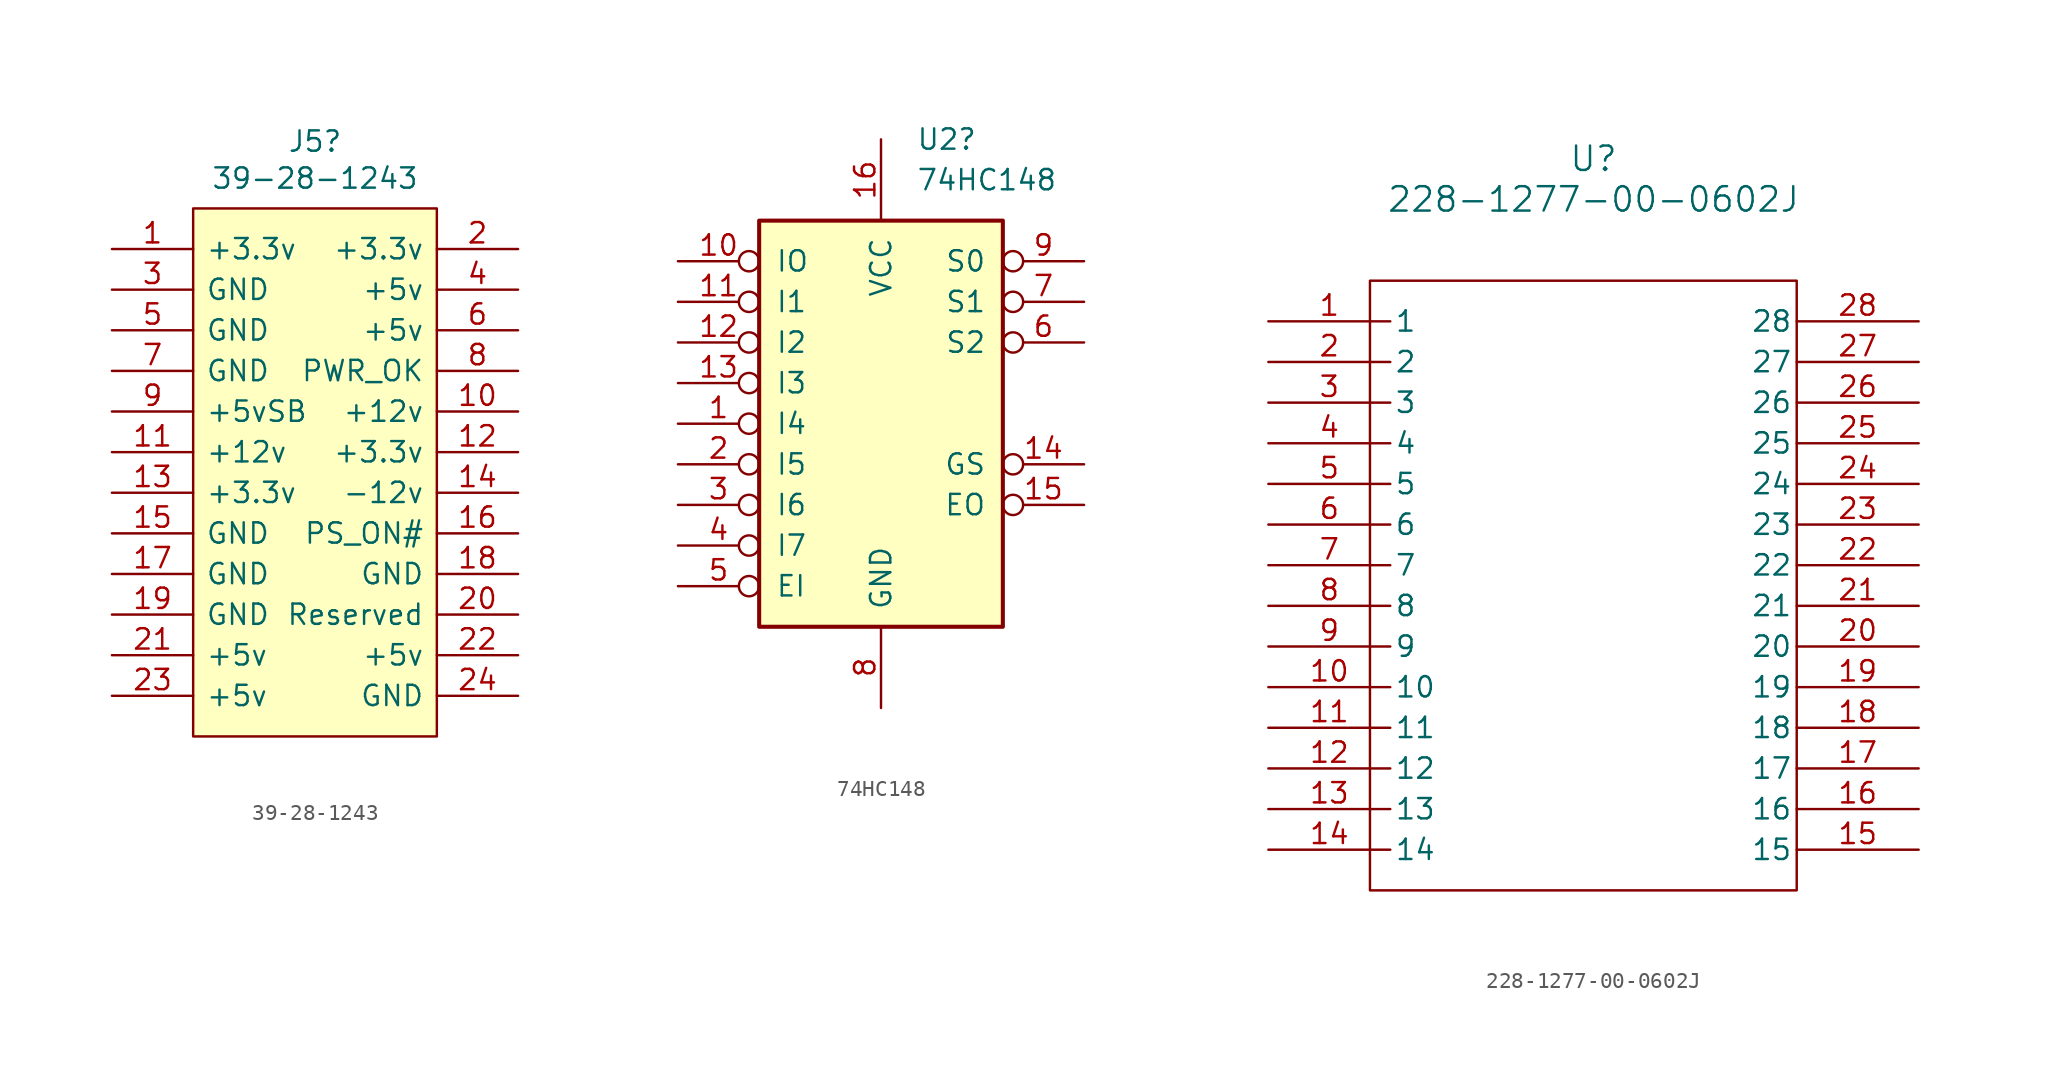
<source format=kicad_sym>
(kicad_symbol_lib
  (version 20231120)
  (generator "kicad_symbol_editor")
  (generator_version "8.0")
  (symbol "39-28-1243"
    (pin_names
      (offset 0.762))
    (property "Reference" "J5"
      (at 12.7 6.731 0)
      (effects (font (size 1.27 1.27))))
    (property "Value" "39-28-1243"
      (at 12.7 4.42 0)
      (effects (font (size 1.27 1.27))))
    (symbol "39-28-1243_0_0"
      (pin passive line (at 0 0 0) (length 5.08) (name "+3.3v" (effects (font (size 1.27 1.27)))) (number "1" (effects (font (size 1.27 1.27)))))
      (pin passive line (at 25.4 -10.16 180) (length 5.08) (name "+12v" (effects (font (size 1.27 1.27)))) (number "10" (effects (font (size 1.27 1.27)))))
      (pin passive line (at 0 -12.7 0) (length 5.08) (name "+12v" (effects (font (size 1.27 1.27)))) (number "11" (effects (font (size 1.27 1.27)))))
      (pin passive line (at 25.4 -12.7 180) (length 5.08) (name "+3.3v" (effects (font (size 1.27 1.27)))) (number "12" (effects (font (size 1.27 1.27)))))
      (pin passive line (at 0 -15.24 0) (length 5.08) (name "+3.3v" (effects (font (size 1.27 1.27)))) (number "13" (effects (font (size 1.27 1.27)))))
      (pin passive line (at 25.4 -15.24 180) (length 5.08) (name "-12v" (effects (font (size 1.27 1.27)))) (number "14" (effects (font (size 1.27 1.27)))))
      (pin passive line (at 0 -17.78 0) (length 5.08) (name "GND" (effects (font (size 1.27 1.27)))) (number "15" (effects (font (size 1.27 1.27)))))
      (pin passive line (at 25.4 -17.78 180) (length 5.08) (name "PS_ON#" (effects (font (size 1.27 1.27)))) (number "16" (effects (font (size 1.27 1.27)))))
      (pin passive line (at 0 -20.32 0) (length 5.08) (name "GND" (effects (font (size 1.27 1.27)))) (number "17" (effects (font (size 1.27 1.27)))))
      (pin passive line (at 25.4 -20.32 180) (length 5.08) (name "GND" (effects (font (size 1.27 1.27)))) (number "18" (effects (font (size 1.27 1.27)))))
      (pin passive line (at 0 -22.86 0) (length 5.08) (name "GND" (effects (font (size 1.27 1.27)))) (number "19" (effects (font (size 1.27 1.27)))))
      (pin passive line (at 25.4 0 180) (length 5.08) (name "+3.3v" (effects (font (size 1.27 1.27)))) (number "2" (effects (font (size 1.27 1.27)))))
      (pin passive line (at 25.4 -22.86 180) (length 5.08) (name "Reserved" (effects (font (size 1.27 1.27)))) (number "20" (effects (font (size 1.27 1.27)))))
      (pin passive line (at 0 -25.4 0) (length 5.08) (name "+5v" (effects (font (size 1.27 1.27)))) (number "21" (effects (font (size 1.27 1.27)))))
      (pin passive line (at 25.4 -25.4 180) (length 5.08) (name "+5v" (effects (font (size 1.27 1.27)))) (number "22" (effects (font (size 1.27 1.27)))))
      (pin passive line (at 0 -27.94 0) (length 5.08) (name "+5v" (effects (font (size 1.27 1.27)))) (number "23" (effects (font (size 1.27 1.27)))))
      (pin passive line (at 25.4 -27.94 180) (length 5.08) (name "GND" (effects (font (size 1.27 1.27)))) (number "24" (effects (font (size 1.27 1.27)))))
      (pin passive line (at 0 -2.54 0) (length 5.08) (name "GND" (effects (font (size 1.27 1.27)))) (number "3" (effects (font (size 1.27 1.27)))))
      (pin passive line (at 25.4 -2.54 180) (length 5.08) (name "+5v" (effects (font (size 1.27 1.27)))) (number "4" (effects (font (size 1.27 1.27)))))
      (pin passive line (at 0 -5.08 0) (length 5.08) (name "GND" (effects (font (size 1.27 1.27)))) (number "5" (effects (font (size 1.27 1.27)))))
      (pin passive line (at 25.4 -5.08 180) (length 5.08) (name "+5v" (effects (font (size 1.27 1.27)))) (number "6" (effects (font (size 1.27 1.27)))))
      (pin passive line (at 0 -7.62 0) (length 5.08) (name "GND" (effects (font (size 1.27 1.27)))) (number "7" (effects (font (size 1.27 1.27)))))
      (pin passive line (at 25.4 -7.62 180) (length 5.08) (name "PWR_OK" (effects (font (size 1.27 1.27)))) (number "8" (effects (font (size 1.27 1.27)))))
      (pin passive line (at 0 -10.16 0) (length 5.08) (name "+5vSB" (effects (font (size 1.27 1.27)))) (number "9" (effects (font (size 1.27 1.27))))))
    (symbol "39-28-1243_1_1"
      (rectangle (start 5.08 2.54) (end 20.32 -30.48) (stroke (width 0) (type solid)) (fill (type background)))))
  (symbol "74HC148"
    (pin_names
      (offset 1.016))
    (property "Reference" "U2"
      (at 2.194 17.78 0)
      (effects (font (size 1.27 1.27)) (justify left)))
    (property "Value" "74HC148"
      (at 2.194 15.24 0)
      (effects (font (size 1.27 1.27)) (justify left)))
    (symbol "74HC148_1_0"
      (pin input inverted (at -12.7 0 0) (length 5.08) (name "I4" (effects (font (size 1.27 1.27)))) (number "1" (effects (font (size 1.27 1.27)))))
      (pin input inverted (at -12.7 10.16 0) (length 5.08) (name "IO" (effects (font (size 1.27 1.27)))) (number "10" (effects (font (size 1.27 1.27)))))
      (pin input inverted (at -12.7 7.62 0) (length 5.08) (name "I1" (effects (font (size 1.27 1.27)))) (number "11" (effects (font (size 1.27 1.27)))))
      (pin input inverted (at -12.7 5.08 0) (length 5.08) (name "I2" (effects (font (size 1.27 1.27)))) (number "12" (effects (font (size 1.27 1.27)))))
      (pin input inverted (at -12.7 2.54 0) (length 5.08) (name "I3" (effects (font (size 1.27 1.27)))) (number "13" (effects (font (size 1.27 1.27)))))
      (pin output inverted (at 12.7 -2.54 180) (length 5.08) (name "GS" (effects (font (size 1.27 1.27)))) (number "14" (effects (font (size 1.27 1.27)))))
      (pin output inverted (at 12.7 -5.08 180) (length 5.08) (name "EO" (effects (font (size 1.27 1.27)))) (number "15" (effects (font (size 1.27 1.27)))))
      (pin power_in line (at 0 17.78 270) (length 5.08) (name "VCC" (effects (font (size 1.27 1.27)))) (number "16" (effects (font (size 1.27 1.27)))))
      (pin input inverted (at -12.7 -2.54 0) (length 5.08) (name "I5" (effects (font (size 1.27 1.27)))) (number "2" (effects (font (size 1.27 1.27)))))
      (pin input inverted (at -12.7 -5.08 0) (length 5.08) (name "I6" (effects (font (size 1.27 1.27)))) (number "3" (effects (font (size 1.27 1.27)))))
      (pin input inverted (at -12.7 -7.62 0) (length 5.08) (name "I7" (effects (font (size 1.27 1.27)))) (number "4" (effects (font (size 1.27 1.27)))))
      (pin input inverted (at -12.7 -10.16 0) (length 5.08) (name "EI" (effects (font (size 1.27 1.27)))) (number "5" (effects (font (size 1.27 1.27)))))
      (pin output inverted (at 12.7 5.08 180) (length 5.08) (name "S2" (effects (font (size 1.27 1.27)))) (number "6" (effects (font (size 1.27 1.27)))))
      (pin output inverted (at 12.7 7.62 180) (length 5.08) (name "S1" (effects (font (size 1.27 1.27)))) (number "7" (effects (font (size 1.27 1.27)))))
      (pin power_in line (at 0 -17.78 90) (length 5.08) (name "GND" (effects (font (size 1.27 1.27)))) (number "8" (effects (font (size 1.27 1.27)))))
      (pin output inverted (at 12.7 10.16 180) (length 5.08) (name "S0" (effects (font (size 1.27 1.27)))) (number "9" (effects (font (size 1.27 1.27))))))
    (symbol "74HC148_1_1"
      (rectangle (start -7.62 12.7) (end 7.62 -12.7) (stroke (width 0.254) (type default)) (fill (type background)))))
  (symbol "228-1277-00-0602J"
    (pin_names
      (offset 0.254))
    (property "Reference" "U"
      (at 20.32 10.16 0)
      (effects (font (size 1.524 1.524))))
    (property "Value" "228-1277-00-0602J"
      (at 20.32 7.62 0)
      (effects (font (size 1.524 1.524))))
    (symbol "228-1277-00-0602J_0_1"
      (rectangle (start 6.35 2.54) (end 33.02 -35.56) (stroke (width 0) (type default)) (fill (type none))))
    (symbol "228-1277-00-0602J_1_1"
      (pin unspecified line (at 0 0 0) (length 7.62) (name "1" (effects (font (size 1.27 1.27)))) (number "1" (effects (font (size 1.27 1.27)))))
      (pin unspecified line (at 0 -22.86 0) (length 7.62) (name "10" (effects (font (size 1.27 1.27)))) (number "10" (effects (font (size 1.27 1.27)))))
      (pin unspecified line (at 0 -25.4 0) (length 7.62) (name "11" (effects (font (size 1.27 1.27)))) (number "11" (effects (font (size 1.27 1.27)))))
      (pin unspecified line (at 0 -27.94 0) (length 7.62) (name "12" (effects (font (size 1.27 1.27)))) (number "12" (effects (font (size 1.27 1.27)))))
      (pin unspecified line (at 0 -30.48 0) (length 7.62) (name "13" (effects (font (size 1.27 1.27)))) (number "13" (effects (font (size 1.27 1.27)))))
      (pin unspecified line (at 0 -33.02 0) (length 7.62) (name "14" (effects (font (size 1.27 1.27)))) (number "14" (effects (font (size 1.27 1.27)))))
      (pin unspecified line (at 40.64 -33.02 180) (length 7.62) (name "15" (effects (font (size 1.27 1.27)))) (number "15" (effects (font (size 1.27 1.27)))))
      (pin unspecified line (at 40.64 -30.48 180) (length 7.62) (name "16" (effects (font (size 1.27 1.27)))) (number "16" (effects (font (size 1.27 1.27)))))
      (pin unspecified line (at 40.64 -27.94 180) (length 7.62) (name "17" (effects (font (size 1.27 1.27)))) (number "17" (effects (font (size 1.27 1.27)))))
      (pin unspecified line (at 40.64 -25.4 180) (length 7.62) (name "18" (effects (font (size 1.27 1.27)))) (number "18" (effects (font (size 1.27 1.27)))))
      (pin unspecified line (at 40.64 -22.86 180) (length 7.62) (name "19" (effects (font (size 1.27 1.27)))) (number "19" (effects (font (size 1.27 1.27)))))
      (pin unspecified line (at 0 -2.54 0) (length 7.62) (name "2" (effects (font (size 1.27 1.27)))) (number "2" (effects (font (size 1.27 1.27)))))
      (pin unspecified line (at 40.64 -20.32 180) (length 7.62) (name "20" (effects (font (size 1.27 1.27)))) (number "20" (effects (font (size 1.27 1.27)))))
      (pin unspecified line (at 40.64 -17.78 180) (length 7.62) (name "21" (effects (font (size 1.27 1.27)))) (number "21" (effects (font (size 1.27 1.27)))))
      (pin unspecified line (at 40.64 -15.24 180) (length 7.62) (name "22" (effects (font (size 1.27 1.27)))) (number "22" (effects (font (size 1.27 1.27)))))
      (pin unspecified line (at 40.64 -12.7 180) (length 7.62) (name "23" (effects (font (size 1.27 1.27)))) (number "23" (effects (font (size 1.27 1.27)))))
      (pin unspecified line (at 40.64 -10.16 180) (length 7.62) (name "24" (effects (font (size 1.27 1.27)))) (number "24" (effects (font (size 1.27 1.27)))))
      (pin unspecified line (at 40.64 -7.62 180) (length 7.62) (name "25" (effects (font (size 1.27 1.27)))) (number "25" (effects (font (size 1.27 1.27)))))
      (pin unspecified line (at 40.64 -5.08 180) (length 7.62) (name "26" (effects (font (size 1.27 1.27)))) (number "26" (effects (font (size 1.27 1.27)))))
      (pin unspecified line (at 40.64 -2.54 180) (length 7.62) (name "27" (effects (font (size 1.27 1.27)))) (number "27" (effects (font (size 1.27 1.27)))))
      (pin unspecified line (at 40.64 0 180) (length 7.62) (name "28" (effects (font (size 1.27 1.27)))) (number "28" (effects (font (size 1.27 1.27)))))
      (pin unspecified line (at 0 -5.08 0) (length 7.62) (name "3" (effects (font (size 1.27 1.27)))) (number "3" (effects (font (size 1.27 1.27)))))
      (pin unspecified line (at 0 -7.62 0) (length 7.62) (name "4" (effects (font (size 1.27 1.27)))) (number "4" (effects (font (size 1.27 1.27)))))
      (pin unspecified line (at 0 -10.16 0) (length 7.62) (name "5" (effects (font (size 1.27 1.27)))) (number "5" (effects (font (size 1.27 1.27)))))
      (pin unspecified line (at 0 -12.7 0) (length 7.62) (name "6" (effects (font (size 1.27 1.27)))) (number "6" (effects (font (size 1.27 1.27)))))
      (pin unspecified line (at 0 -15.24 0) (length 7.62) (name "7" (effects (font (size 1.27 1.27)))) (number "7" (effects (font (size 1.27 1.27)))))
      (pin unspecified line (at 0 -17.78 0) (length 7.62) (name "8" (effects (font (size 1.27 1.27)))) (number "8" (effects (font (size 1.27 1.27)))))
      (pin unspecified line (at 0 -20.32 0) (length 7.62) (name "9" (effects (font (size 1.27 1.27)))) (number "9" (effects (font (size 1.27 1.27))))))))
</source>
